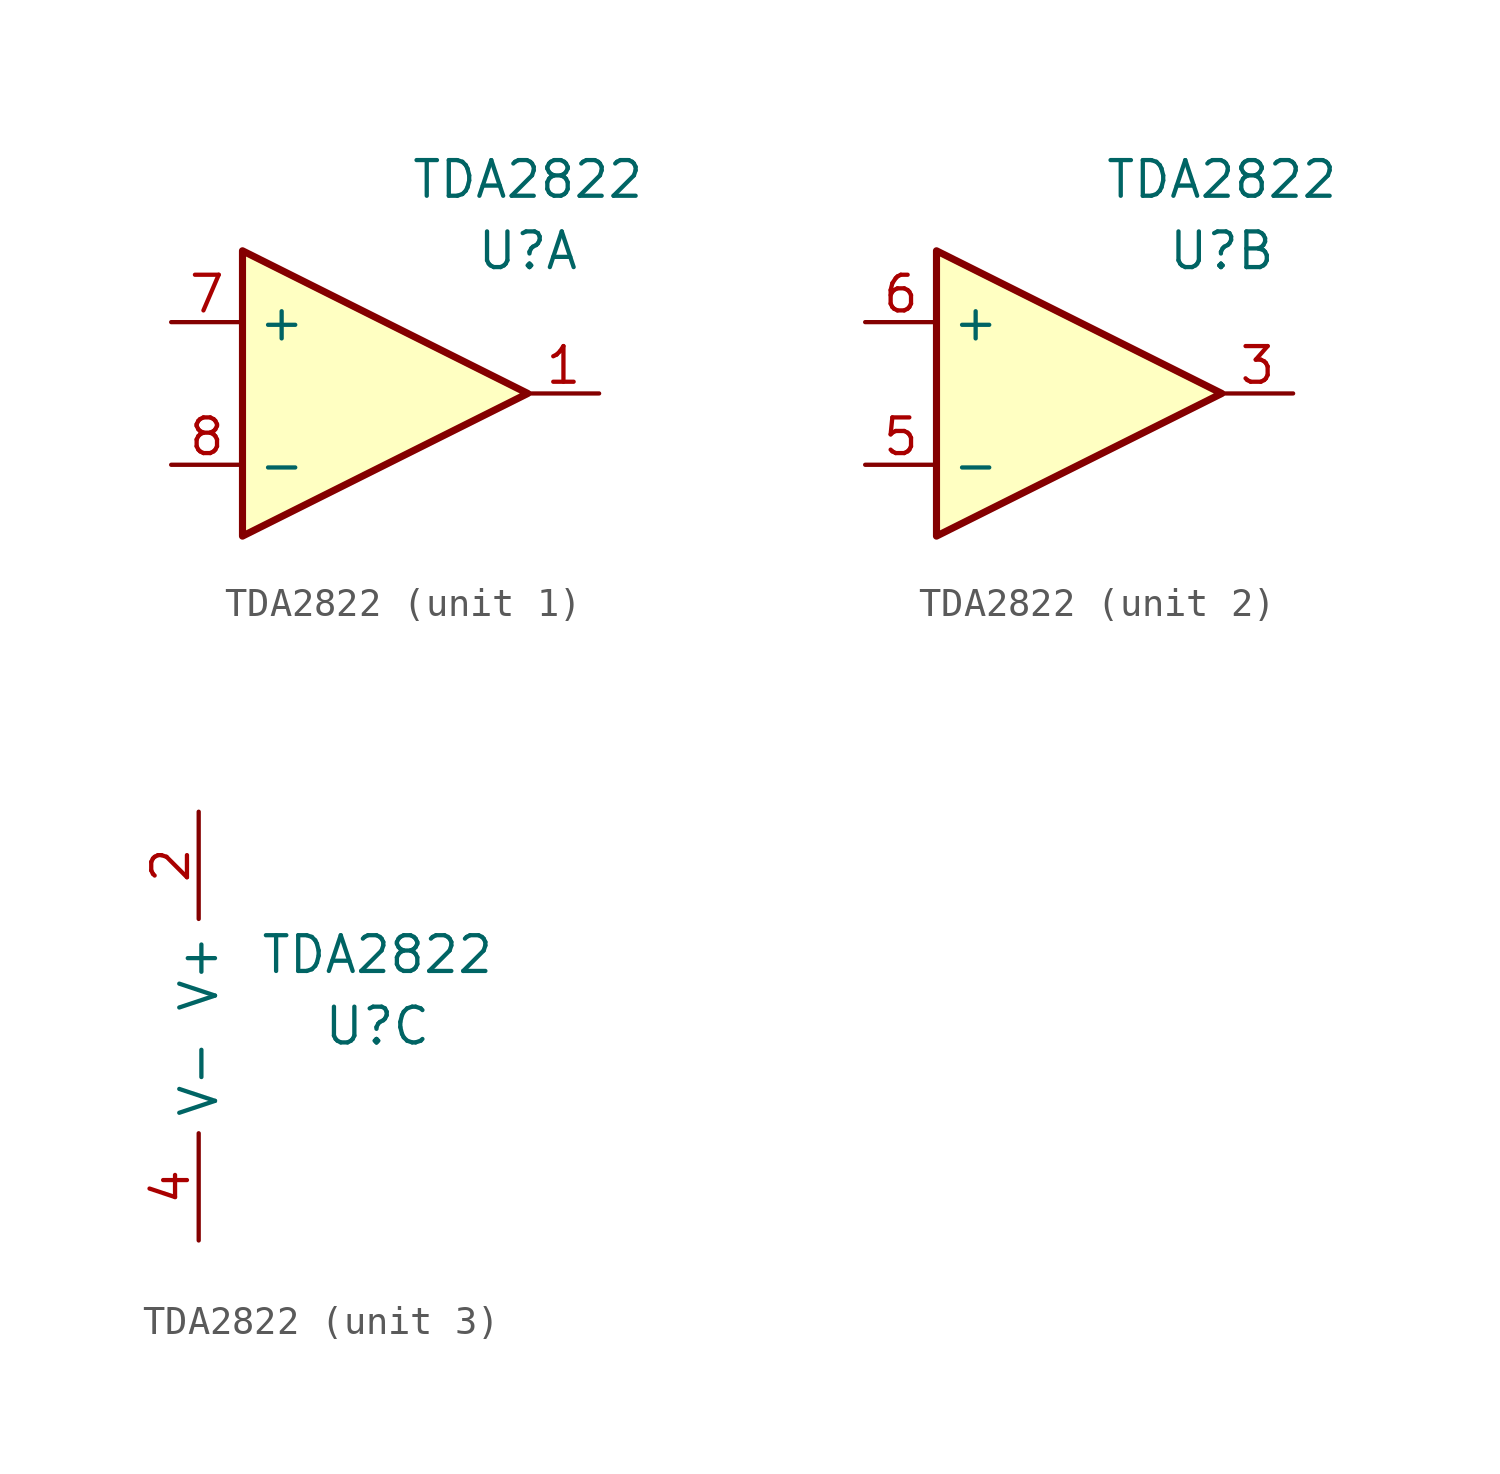
<source format=kicad_sym>
(kicad_symbol_lib
  (version 20211014)
  (generator kicad_symbol_editor)
  (symbol "TDA2822"
    (property "Reference" "U"
      (at 0 0 0)
      (effects (font (size 1.27 1.27))))
    (property "Value" "TDA2822"
      (at 0 2.54 0)
      (effects (font (size 1.27 1.27))))
    (symbol "TDA2822_1_1"
      (polyline (pts (xy -10.16 0) (xy 0 -5.08) (xy -10.16 -10.16) (xy -10.16 0)) (stroke (width 0.254) (type default) (color 0 0 0 0)) (fill (type background)))
      (pin output line (at 2.54 -5.08 180) (length 2.54) (name "~" (effects (font (size 1.27 1.27)))) (number "1" (effects (font (size 1.27 1.27)))))
      (pin input line (at -12.7 -2.54 0) (length 2.54) (name "+" (effects (font (size 1.27 1.27)))) (number "7" (effects (font (size 1.27 1.27)))))
      (pin input line (at -12.7 -7.62 0) (length 2.54) (name "-" (effects (font (size 1.27 1.27)))) (number "8" (effects (font (size 1.27 1.27))))))
    (symbol "TDA2822_2_1"
      (polyline (pts (xy -10.16 0) (xy 0 -5.08) (xy -10.16 -10.16) (xy -10.16 0)) (stroke (width 0.254) (type default) (color 0 0 0 0)) (fill (type background)))
      (pin output line (at 2.54 -5.08 180) (length 2.54) (name "~" (effects (font (size 1.27 1.27)))) (number "3" (effects (font (size 1.27 1.27)))))
      (pin input line (at -12.7 -7.62 0) (length 2.54) (name "-" (effects (font (size 1.27 1.27)))) (number "5" (effects (font (size 1.27 1.27)))))
      (pin input line (at -12.7 -2.54 0) (length 2.54) (name "+" (effects (font (size 1.27 1.27)))) (number "6" (effects (font (size 1.27 1.27))))))
    (symbol "TDA2822_3_1"
      (pin power_in line (at -6.35 7.62 270) (length 3.81) (name "V+" (effects (font (size 1.27 1.27)))) (number "2" (effects (font (size 1.27 1.27)))))
      (pin power_in line (at -6.35 -7.62 90) (length 3.81) (name "V-" (effects (font (size 1.27 1.27)))) (number "4" (effects (font (size 1.27 1.27))))))))
</source>
